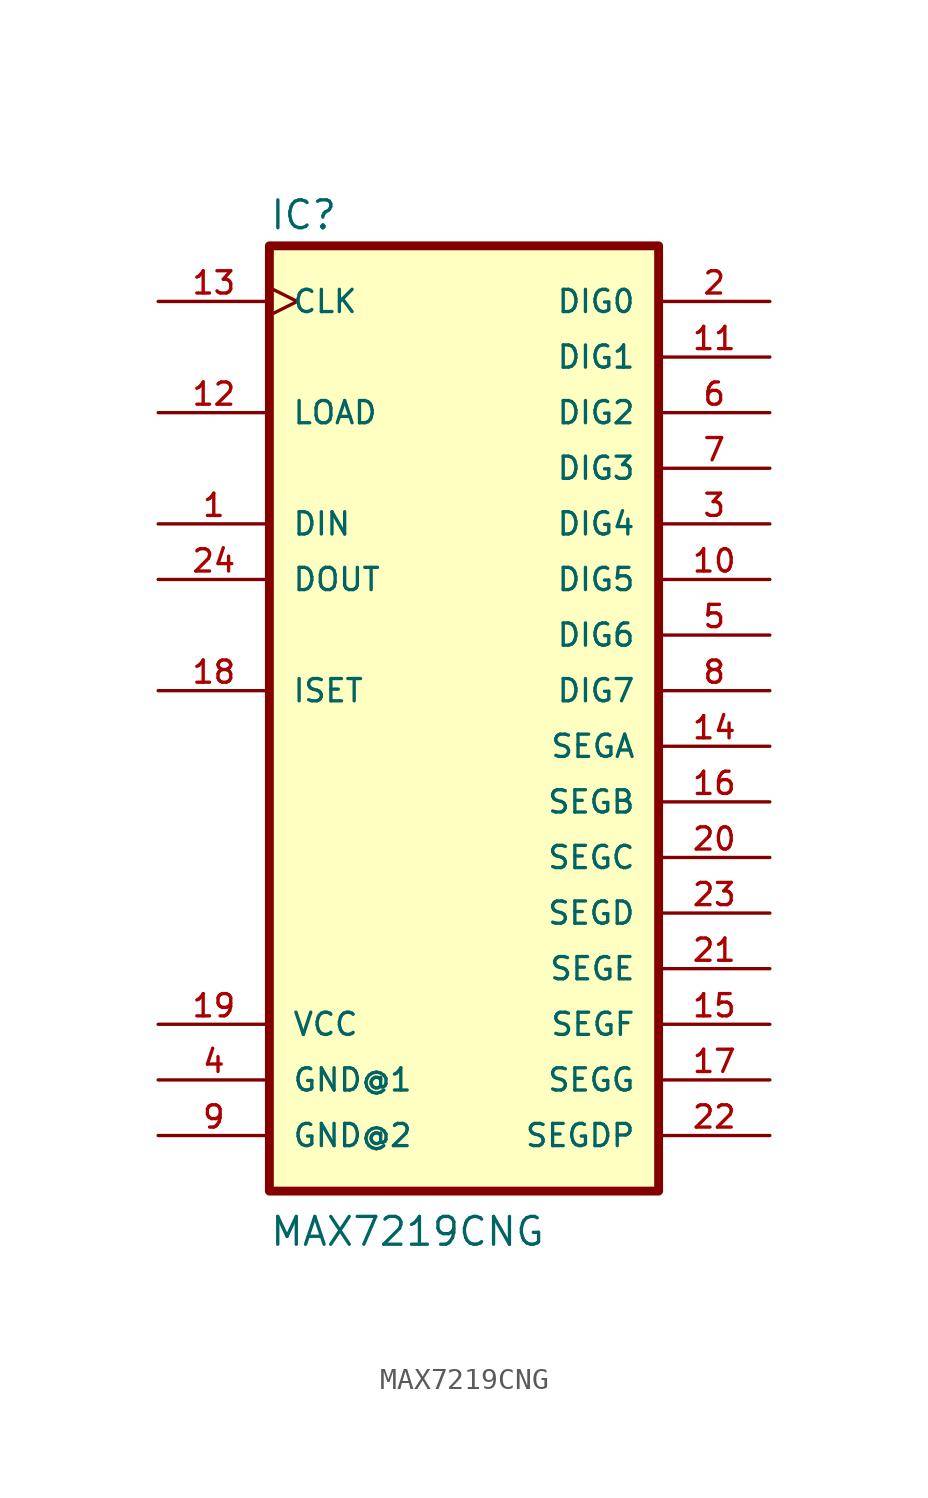
<source format=kicad_sym>
(kicad_symbol_lib
  (version 20211014)
  (generator kicad_symbol_editor)
  (symbol "MAX7219CNG"
    (pin_names
      (offset 1.016))
    (property "Reference" "IC"
      (at -10.175 20.985 0)
      (effects (font (size 1.27 1.27)) (justify bottom left)))
    (property "Value" "MAX7219CNG"
      (at -10.18 -25.45 0)
      (effects (font (size 1.27 1.27)) (justify bottom left)))
    (symbol "MAX7219CNG_0_0"
      (rectangle (start -10.16 -22.86) (end 7.62 20.32) (stroke (width 0.406)) (fill (type background)))
      (pin output line (at 12.7 12.7 180.0) (length 5.08) (name "DIG2" (effects (font (size 1.016 1.016)))) (number "6" (effects (font (size 1.016 1.016)))))
      (pin output line (at 12.7 10.16 180.0) (length 5.08) (name "DIG3" (effects (font (size 1.016 1.016)))) (number "7" (effects (font (size 1.016 1.016)))))
      (pin output line (at 12.7 7.62 180.0) (length 5.08) (name "DIG4" (effects (font (size 1.016 1.016)))) (number "3" (effects (font (size 1.016 1.016)))))
      (pin output line (at 12.7 5.08 180.0) (length 5.08) (name "DIG5" (effects (font (size 1.016 1.016)))) (number "10" (effects (font (size 1.016 1.016)))))
      (pin output line (at 12.7 2.54 180.0) (length 5.08) (name "DIG6" (effects (font (size 1.016 1.016)))) (number "5" (effects (font (size 1.016 1.016)))))
      (pin output line (at 12.7 0.0 180.0) (length 5.08) (name "DIG7" (effects (font (size 1.016 1.016)))) (number "8" (effects (font (size 1.016 1.016)))))
      (pin output line (at 12.7 -2.54 180.0) (length 5.08) (name "SEGA" (effects (font (size 1.016 1.016)))) (number "14" (effects (font (size 1.016 1.016)))))
      (pin output line (at 12.7 -5.08 180.0) (length 5.08) (name "SEGB" (effects (font (size 1.016 1.016)))) (number "16" (effects (font (size 1.016 1.016)))))
      (pin output line (at 12.7 -7.62 180.0) (length 5.08) (name "SEGC" (effects (font (size 1.016 1.016)))) (number "20" (effects (font (size 1.016 1.016)))))
      (pin output line (at 12.7 -10.16 180.0) (length 5.08) (name "SEGD" (effects (font (size 1.016 1.016)))) (number "23" (effects (font (size 1.016 1.016)))))
      (pin output line (at 12.7 -12.7 180.0) (length 5.08) (name "SEGE" (effects (font (size 1.016 1.016)))) (number "21" (effects (font (size 1.016 1.016)))))
      (pin output line (at 12.7 -15.24 180.0) (length 5.08) (name "SEGF" (effects (font (size 1.016 1.016)))) (number "15" (effects (font (size 1.016 1.016)))))
      (pin output line (at 12.7 -17.78 180.0) (length 5.08) (name "SEGG" (effects (font (size 1.016 1.016)))) (number "17" (effects (font (size 1.016 1.016)))))
      (pin output line (at 12.7 -20.32 180.0) (length 5.08) (name "SEGDP" (effects (font (size 1.016 1.016)))) (number "22" (effects (font (size 1.016 1.016)))))
      (pin output line (at 12.7 15.24 180.0) (length 5.08) (name "DIG1" (effects (font (size 1.016 1.016)))) (number "11" (effects (font (size 1.016 1.016)))))
      (pin output line (at 12.7 17.78 180.0) (length 5.08) (name "DIG0" (effects (font (size 1.016 1.016)))) (number "2" (effects (font (size 1.016 1.016)))))
      (pin input line (at -15.24 7.62 0) (length 5.08) (name "DIN" (effects (font (size 1.016 1.016)))) (number "1" (effects (font (size 1.016 1.016)))))
      (pin output line (at -15.24 5.08 0) (length 5.08) (name "DOUT" (effects (font (size 1.016 1.016)))) (number "24" (effects (font (size 1.016 1.016)))))
      (pin input line (at -15.24 12.7 0) (length 5.08) (name "LOAD" (effects (font (size 1.016 1.016)))) (number "12" (effects (font (size 1.016 1.016)))))
      (pin input clock (at -15.24 17.78 0) (length 5.08) (name "CLK" (effects (font (size 1.016 1.016)))) (number "13" (effects (font (size 1.016 1.016)))))
      (pin input line (at -15.24 0.0 0) (length 5.08) (name "ISET" (effects (font (size 1.016 1.016)))) (number "18" (effects (font (size 1.016 1.016)))))
      (pin power_in line (at -15.24 -20.32 0) (length 5.08) (name "GND@2" (effects (font (size 1.016 1.016)))) (number "9" (effects (font (size 1.016 1.016)))))
      (pin power_in line (at -15.24 -17.78 0) (length 5.08) (name "GND@1" (effects (font (size 1.016 1.016)))) (number "4" (effects (font (size 1.016 1.016)))))
      (pin power_in line (at -15.24 -15.24 0) (length 5.08) (name "VCC" (effects (font (size 1.016 1.016)))) (number "19" (effects (font (size 1.016 1.016))))))))
</source>
